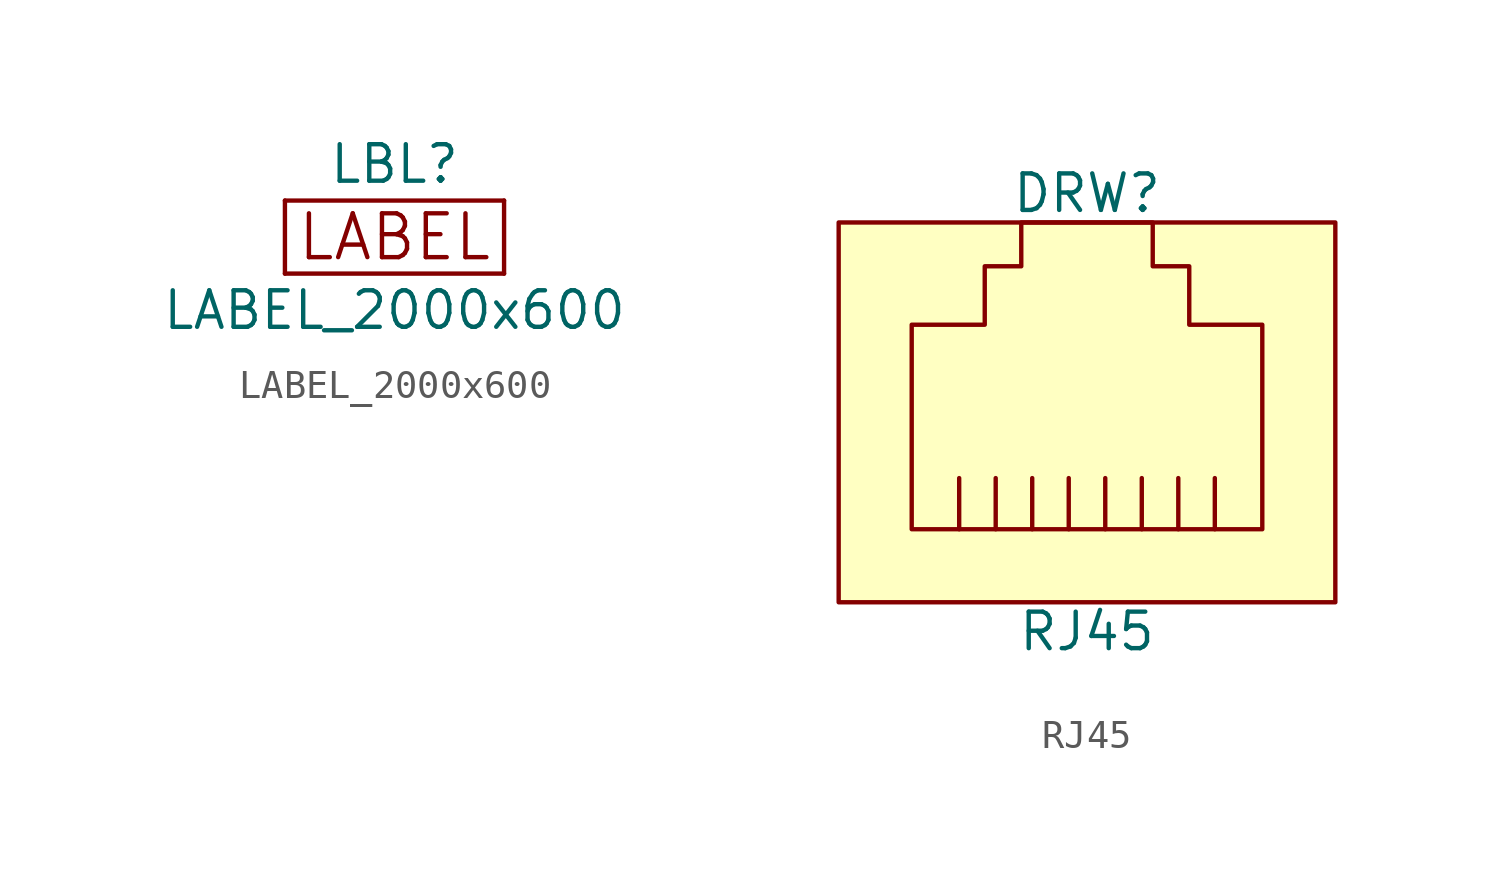
<source format=kicad_sym>
(kicad_symbol_lib
  (version 20211014)
  (generator kicad_symbol_editor)
  (symbol "LABEL_2000x600"
    (pin_numbers hide)
    (pin_names
      (offset 0) hide)
    (property "Reference" "LBL"
      (at 0 2.54 0)
      (effects (font (size 1.27 1.27))))
    (property "Value" "LABEL_2000x600"
      (at 0 -2.54 0)
      (effects (font (size 1.27 1.27))))
    (symbol "LABEL_2000x600_0_0"
      (text "LABEL" (at 0 0 0) (effects (font (size 1.524 1.524)))))
    (symbol "LABEL_2000x600_0_1"
      (rectangle (start -3.81 -1.27) (end -3.81 1.27) (stroke (width 0) (type default) (color 0 0 0 0)) (fill (type none)))
      (rectangle (start -3.81 -1.27) (end 3.81 -1.27) (stroke (width 0) (type default) (color 0 0 0 0)) (fill (type none)))
      (rectangle (start 3.81 1.27) (end -3.81 1.27) (stroke (width 0) (type default) (color 0 0 0 0)) (fill (type none)))
      (rectangle (start 3.81 1.27) (end 3.81 -1.27) (stroke (width 0) (type default) (color 0 0 0 0)) (fill (type none)))))
  (symbol "RJ45"
    (property "Reference" "DRW"
      (at 0 7.62 0)
      (effects (font (size 1.27 1.27))))
    (property "Value" "RJ45"
      (at 0 -7.62 0)
      (effects (font (size 1.27 1.27))))
    (symbol "RJ45_0_1"
      (rectangle (start -8.636 -6.604) (end 8.636 6.604) (stroke (width 0) (type default) (color 0 0 0 0)) (fill (type background)))
      (polyline (pts (xy -4.445 -4.064) (xy -4.445 -2.286)) (stroke (width 0) (type default) (color 0 0 0 0)) (fill (type none)))
      (polyline (pts (xy -3.175 -4.064) (xy -3.175 -2.286)) (stroke (width 0) (type default) (color 0 0 0 0)) (fill (type none)))
      (polyline (pts (xy 0.635 -4.064) (xy 0.635 -2.286)) (stroke (width 0) (type default) (color 0 0 0 0)) (fill (type none)))
      (polyline (pts (xy 1.905 -4.064) (xy 1.905 -2.286)) (stroke (width 0) (type default) (color 0 0 0 0)) (fill (type none)))
      (polyline (pts (xy 6.096 -4.064) (xy -6.096 -4.064) (xy -6.096 3.048) (xy -3.556 3.048) (xy -3.556 5.08) (xy -2.286 5.08) (xy -2.286 6.604) (xy 2.286 6.604) (xy 2.286 5.08) (xy 3.556 5.08) (xy 3.556 3.048) (xy 6.096 3.048) (xy 6.096 -4.064)) (stroke (width 0) (type default) (color 0 0 0 0)) (fill (type none))))
    (symbol "RJ45_1_1"
      (polyline (pts (xy -1.905 -4.064) (xy -1.905 -2.286)) (stroke (width 0) (type default) (color 0 0 0 0)) (fill (type none)))
      (polyline (pts (xy -0.635 -4.064) (xy -0.635 -2.286)) (stroke (width 0) (type default) (color 0 0 0 0)) (fill (type none)))
      (polyline (pts (xy 3.175 -4.064) (xy 3.175 -2.286)) (stroke (width 0) (type default) (color 0 0 0 0)) (fill (type none)))
      (polyline (pts (xy 4.445 -4.064) (xy 4.445 -2.286)) (stroke (width 0) (type default) (color 0 0 0 0)) (fill (type none))))))
</source>
